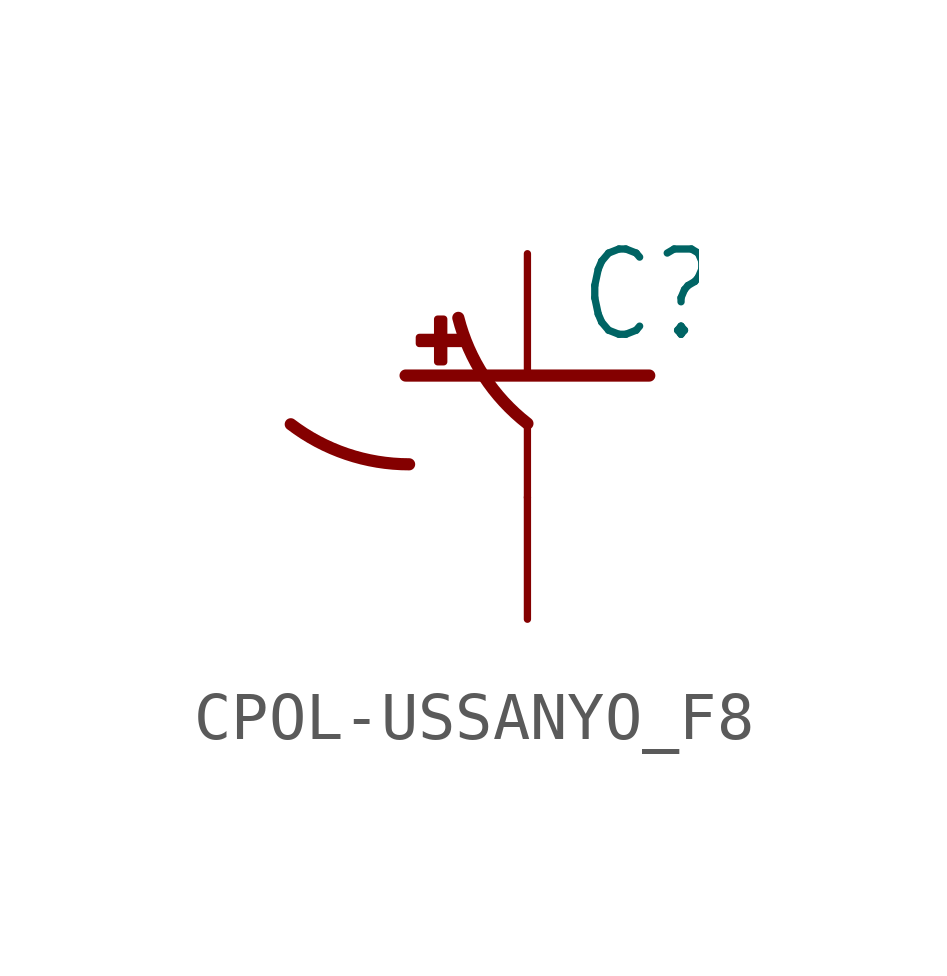
<source format=kicad_sym>
(kicad_symbol_lib
  (version 20241209)
  (generator "kicad_symbol_editor")
  (generator_version "9.0")
  (symbol "CPOL-USSANYO_F8"
    (property "Reference" "C"
      (at 1.016 0.635 0)
      (effects (font (size 1.778 1.511)) (justify left bottom)))
    (property "Value" ""
      (at 1.016 -4.191 0)
      (effects (font (size 1.778 1.511)) (justify left bottom)))
    (property "ki_locked" ""
      (at 0 0 0)
      (effects (font (size 1.27 1.27))))
    (symbol "CPOL-USSANYO_F8_1_0"
      (polyline (pts (xy -2.54 0) (xy 2.54 0)) (stroke (width 0.254) (type solid)) (fill (type none)))
      (arc (start -2.4669 -1.8504) (mid -3.7689 -1.6361) (end -4.9337 -1.0159) (stroke (width 0.254) (type solid)) (fill (type none)))
      (rectangle (start -2.253 0.668) (end -1.364 0.795) (stroke (width 0) (type default)) (fill (type outline)))
      (rectangle (start -1.872 0.287) (end -1.745 1.176) (stroke (width 0) (type default)) (fill (type outline)))
      (polyline (pts (xy 0 -1.016) (xy 0 -2.54)) (stroke (width 0.152) (type solid)) (fill (type none)))
      (arc (start 0 -1) (mid -0.9038 -0.0189) (end -1.4403 1.2025) (stroke (width 0.254) (type solid)) (fill (type none)))
      (pin passive line (at 0 2.54 270) (length 2.54) (name "+" (effects (font (size 0 0)))) (number "+" (effects (font (size 0 0)))))
      (pin passive line (at 0 -5.08 90) (length 2.54) (name "-" (effects (font (size 0 0)))) (number "-" (effects (font (size 0 0))))))))
</source>
